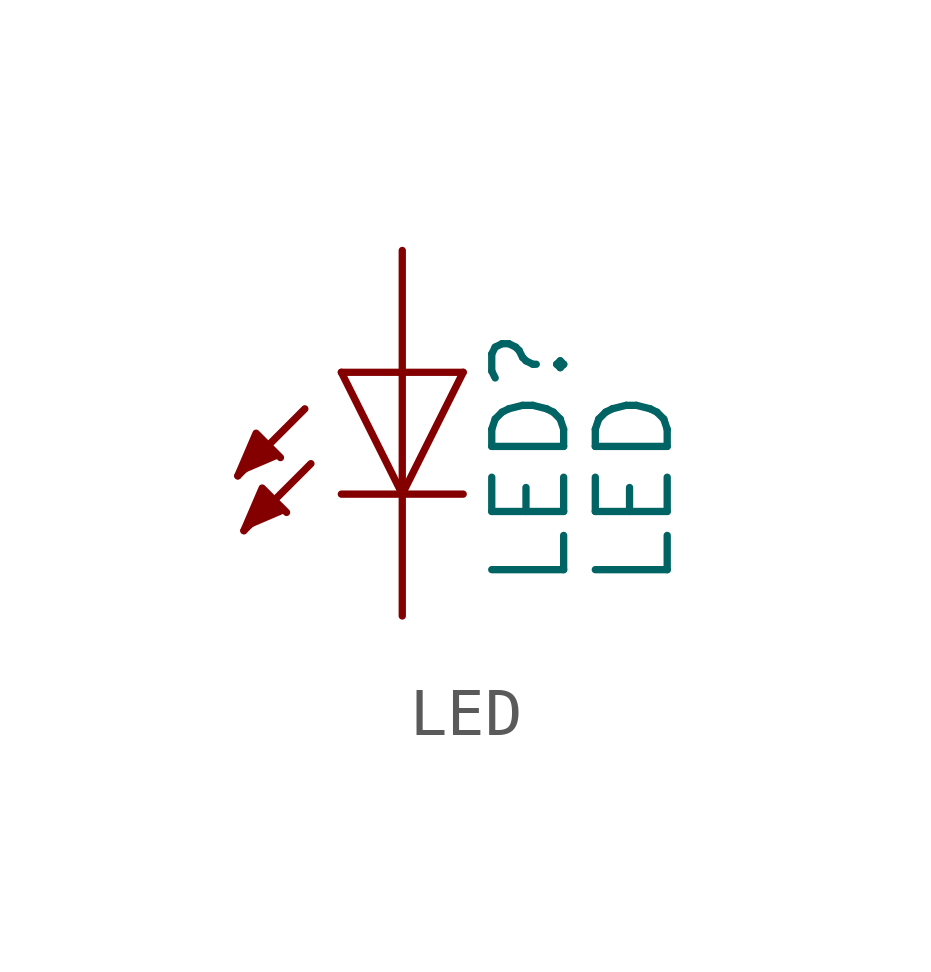
<source format=kicad_sym>
(kicad_symbol_lib
  (version 20231120)
  (generator "kicad_symbol_editor")
  (generator_version "8.0")
  (symbol "LED"
    (pin_names
      (offset 1.016))
    (property "Reference" "LED"
      (at 3.556 -4.572 90)
      (effects (font (size 1.499 1.499)) (justify left bottom)))
    (property "Value" "LED"
      (at 5.715 -4.572 90)
      (effects (font (size 1.499 1.499)) (justify left bottom)))
    (property "ki_locked" ""
      (at 0 0 0)
      (effects (font (size 1.27 1.27))))
    (symbol "LED_1_0"
      (polyline (pts (xy -2.032 -0.762) (xy -3.429 -2.159)) (stroke (width 0) (type solid)) (fill (type none)))
      (polyline (pts (xy -1.905 -1.905) (xy -3.302 -3.302)) (stroke (width 0) (type solid)) (fill (type none)))
      (polyline (pts (xy 0 -2.54) (xy -1.27 -2.54)) (stroke (width 0) (type solid)) (fill (type none)))
      (polyline (pts (xy 0 -2.54) (xy -1.27 0)) (stroke (width 0) (type solid)) (fill (type none)))
      (polyline (pts (xy 0 0) (xy -1.27 0)) (stroke (width 0) (type solid)) (fill (type none)))
      (polyline (pts (xy 0 0) (xy 0 -2.54)) (stroke (width 0) (type solid)) (fill (type none)))
      (polyline (pts (xy 1.27 -2.54) (xy 0 -2.54)) (stroke (width 0) (type solid)) (fill (type none)))
      (polyline (pts (xy 1.27 0) (xy 0 -2.54)) (stroke (width 0) (type solid)) (fill (type none)))
      (polyline (pts (xy 1.27 0) (xy 0 0)) (stroke (width 0) (type solid)) (fill (type none)))
      (polyline (pts (xy -3.429 -2.159) (xy -3.048 -1.27) (xy -2.54 -1.778)) (stroke (width 0) (type solid)) (fill (type outline)))
      (polyline (pts (xy -3.302 -3.302) (xy -2.921 -2.413) (xy -2.413 -2.921)) (stroke (width 0) (type solid)) (fill (type outline)))
      (pin passive line (at 0 2.54 270) (length 2.54) (name "A" (effects (font (size 0 0)))) (number "A" (effects (font (size 0 0)))))
      (pin passive line (at 0 -5.08 90) (length 2.54) (name "C" (effects (font (size 0 0)))) (number "K" (effects (font (size 0 0))))))))
</source>
